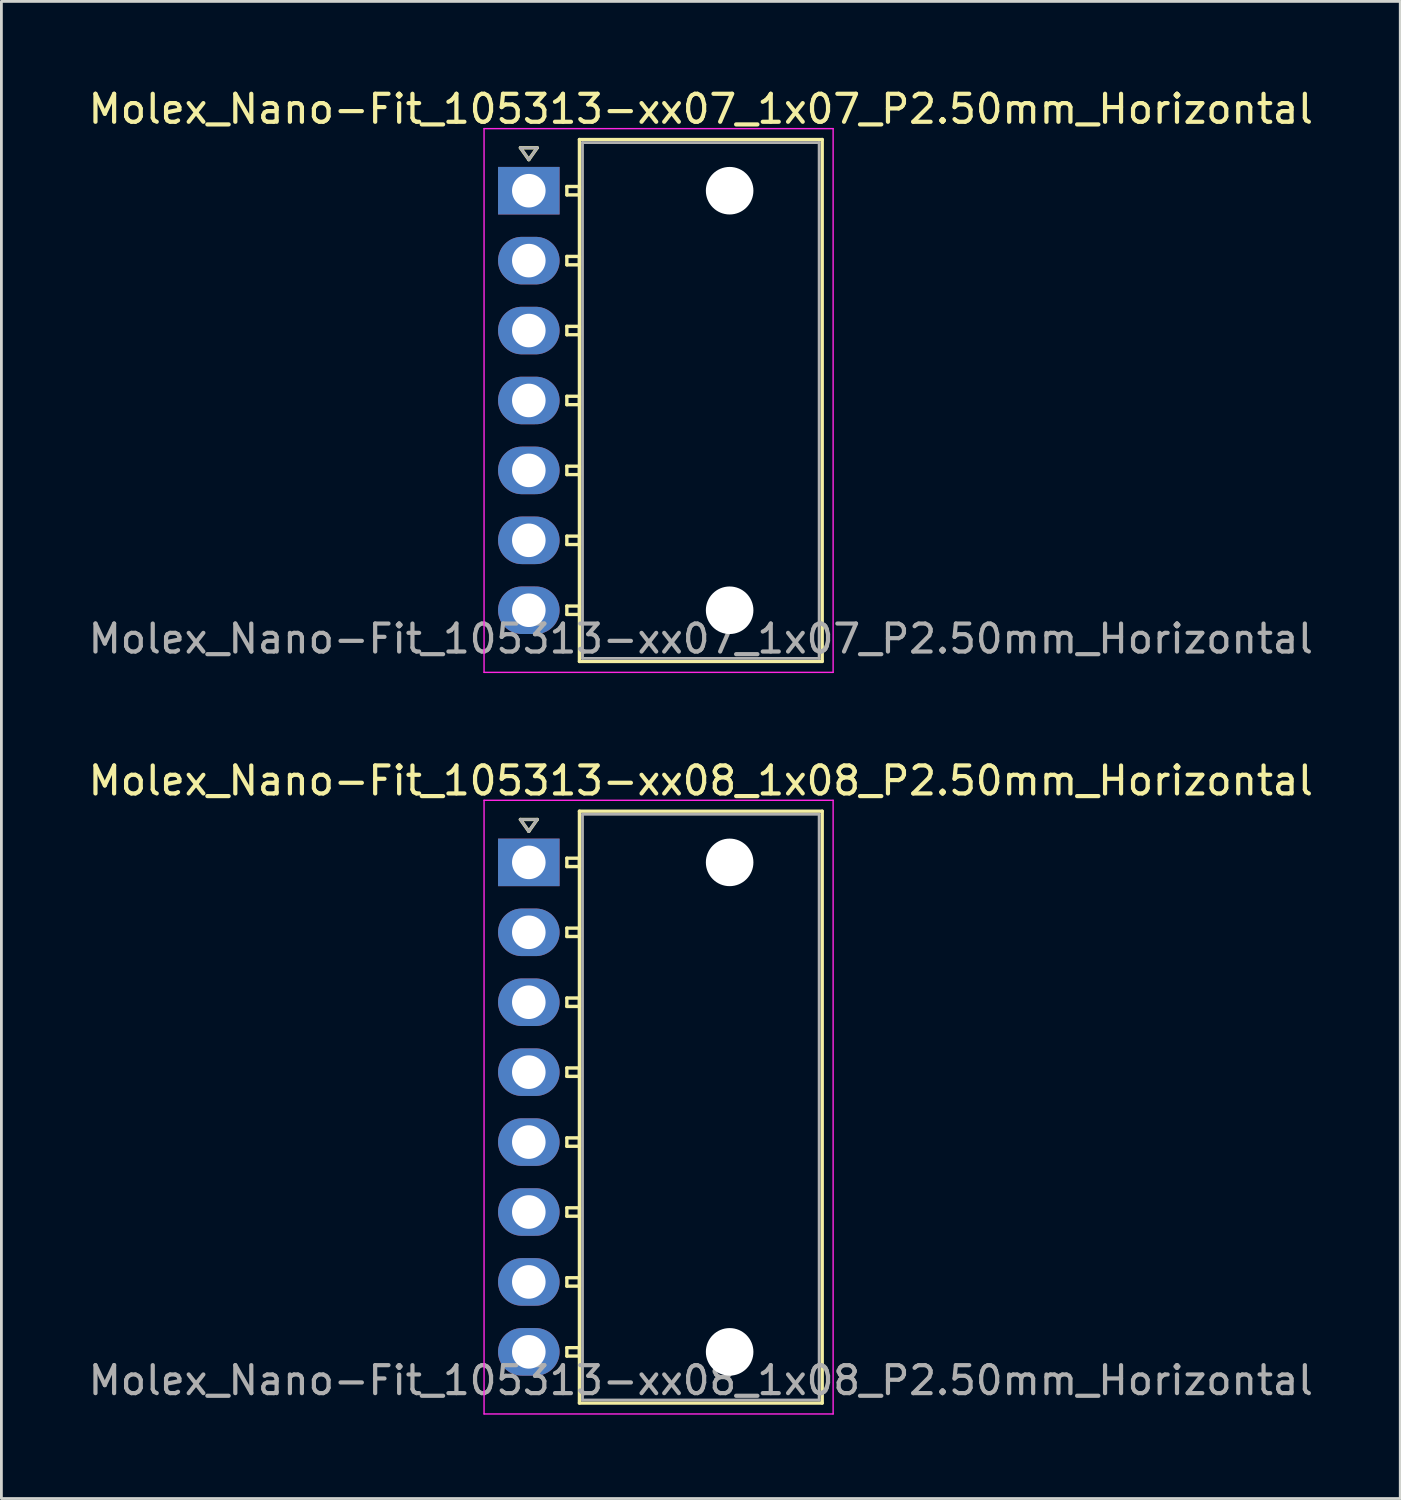
<source format=kicad_pcb>
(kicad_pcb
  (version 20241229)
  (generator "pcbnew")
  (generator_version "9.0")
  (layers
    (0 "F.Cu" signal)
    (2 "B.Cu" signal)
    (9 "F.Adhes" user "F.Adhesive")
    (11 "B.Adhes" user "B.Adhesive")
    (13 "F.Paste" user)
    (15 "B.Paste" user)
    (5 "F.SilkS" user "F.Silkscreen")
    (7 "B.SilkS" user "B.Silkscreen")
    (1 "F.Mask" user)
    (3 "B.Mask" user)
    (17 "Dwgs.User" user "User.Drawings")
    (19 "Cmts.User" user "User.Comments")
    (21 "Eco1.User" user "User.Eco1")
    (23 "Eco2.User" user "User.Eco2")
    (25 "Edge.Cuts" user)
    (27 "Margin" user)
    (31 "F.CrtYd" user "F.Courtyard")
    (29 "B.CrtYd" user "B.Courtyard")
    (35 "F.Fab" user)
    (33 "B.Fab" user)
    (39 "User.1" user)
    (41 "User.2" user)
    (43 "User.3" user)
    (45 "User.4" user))
  (footprint "Molex_Nano-Fit_105313-xx08_1x08_P2.50mm_Horizontal"
    (layer "F.Cu")
    (at 15.856 27.782)
    (property "Reference" "Molex_Nano-Fit_105313-xx08_1x08_P2.50mm_Horizontal" (at 6.15 -2.92 0) (layer "F.SilkS") (effects (font (size 1 1) (thickness 0.15))))
    (attr through_hole)
    (fp_line (start -0.3 -1.534) (end 0 -1.11) (stroke (width 0.12) (type solid)) (layer "F.SilkS"))
    (fp_line (start 0 -1.11) (end 0.3 -1.534) (stroke (width 0.12) (type solid)) (layer "F.SilkS"))
    (fp_line (start 0.3 -1.534) (end -0.3 -1.534) (stroke (width 0.12) (type solid)) (layer "F.SilkS"))
    (fp_line (start 1.36 -0.15) (end 1.36 0.15) (stroke (width 0.12) (type solid)) (layer "F.SilkS"))
    (fp_line (start 1.36 0.15) (end 1.81 0.15) (stroke (width 0.12) (type solid)) (layer "F.SilkS"))
    (fp_line (start 1.36 2.35) (end 1.36 2.65) (stroke (width 0.12) (type solid)) (layer "F.SilkS"))
    (fp_line (start 1.36 2.65) (end 1.81 2.65) (stroke (width 0.12) (type solid)) (layer "F.SilkS"))
    (fp_line (start 1.36 4.85) (end 1.36 5.15) (stroke (width 0.12) (type solid)) (layer "F.SilkS"))
    (fp_line (start 1.36 5.15) (end 1.81 5.15) (stroke (width 0.12) (type solid)) (layer "F.SilkS"))
    (fp_line (start 1.36 7.35) (end 1.36 7.65) (stroke (width 0.12) (type solid)) (layer "F.SilkS"))
    (fp_line (start 1.36 7.65) (end 1.81 7.65) (stroke (width 0.12) (type solid)) (layer "F.SilkS"))
    (fp_line (start 1.36 9.85) (end 1.36 10.15) (stroke (width 0.12) (type solid)) (layer "F.SilkS"))
    (fp_line (start 1.36 10.15) (end 1.81 10.15) (stroke (width 0.12) (type solid)) (layer "F.SilkS"))
    (fp_line (start 1.36 12.35) (end 1.36 12.65) (stroke (width 0.12) (type solid)) (layer "F.SilkS"))
    (fp_line (start 1.36 12.65) (end 1.81 12.65) (stroke (width 0.12) (type solid)) (layer "F.SilkS"))
    (fp_line (start 1.36 14.85) (end 1.36 15.15) (stroke (width 0.12) (type solid)) (layer "F.SilkS"))
    (fp_line (start 1.36 15.15) (end 1.81 15.15) (stroke (width 0.12) (type solid)) (layer "F.SilkS"))
    (fp_line (start 1.36 17.35) (end 1.36 17.65) (stroke (width 0.12) (type solid)) (layer "F.SilkS"))
    (fp_line (start 1.36 17.65) (end 1.81 17.65) (stroke (width 0.12) (type solid)) (layer "F.SilkS"))
    (fp_line (start 1.81 -1.83) (end 1.81 19.33) (stroke (width 0.12) (type solid)) (layer "F.SilkS"))
    (fp_line (start 1.81 -0.15) (end 1.36 -0.15) (stroke (width 0.12) (type solid)) (layer "F.SilkS"))
    (fp_line (start 1.81 0.15) (end 1.81 -0.15) (stroke (width 0.12) (type solid)) (layer "F.SilkS"))
    (fp_line (start 1.81 2.35) (end 1.36 2.35) (stroke (width 0.12) (type solid)) (layer "F.SilkS"))
    (fp_line (start 1.81 2.65) (end 1.81 2.35) (stroke (width 0.12) (type solid)) (layer "F.SilkS"))
    (fp_line (start 1.81 4.85) (end 1.36 4.85) (stroke (width 0.12) (type solid)) (layer "F.SilkS"))
    (fp_line (start 1.81 5.15) (end 1.81 4.85) (stroke (width 0.12) (type solid)) (layer "F.SilkS"))
    (fp_line (start 1.81 7.35) (end 1.36 7.35) (stroke (width 0.12) (type solid)) (layer "F.SilkS"))
    (fp_line (start 1.81 7.65) (end 1.81 7.35) (stroke (width 0.12) (type solid)) (layer "F.SilkS"))
    (fp_line (start 1.81 9.85) (end 1.36 9.85) (stroke (width 0.12) (type solid)) (layer "F.SilkS"))
    (fp_line (start 1.81 10.15) (end 1.81 9.85) (stroke (width 0.12) (type solid)) (layer "F.SilkS"))
    (fp_line (start 1.81 12.35) (end 1.36 12.35) (stroke (width 0.12) (type solid)) (layer "F.SilkS"))
    (fp_line (start 1.81 12.65) (end 1.81 12.35) (stroke (width 0.12) (type solid)) (layer "F.SilkS"))
    (fp_line (start 1.81 14.85) (end 1.36 14.85) (stroke (width 0.12) (type solid)) (layer "F.SilkS"))
    (fp_line (start 1.81 15.15) (end 1.81 14.85) (stroke (width 0.12) (type solid)) (layer "F.SilkS"))
    (fp_line (start 1.81 17.35) (end 1.36 17.35) (stroke (width 0.12) (type solid)) (layer "F.SilkS"))
    (fp_line (start 1.81 17.65) (end 1.81 17.35) (stroke (width 0.12) (type solid)) (layer "F.SilkS"))
    (fp_line (start 1.81 19.33) (end 10.49 19.33) (stroke (width 0.12) (type solid)) (layer "F.SilkS"))
    (fp_line (start 10.49 -1.83) (end 1.81 -1.83) (stroke (width 0.12) (type solid)) (layer "F.SilkS"))
    (fp_line (start 10.49 19.33) (end 10.49 -1.83) (stroke (width 0.12) (type solid)) (layer "F.SilkS"))
    (fp_line (start -1.6 -2.22) (end -1.6 19.72) (stroke (width 0.05) (type solid)) (layer "F.CrtYd"))
    (fp_line (start -1.6 19.72) (end 10.88 19.72) (stroke (width 0.05) (type solid)) (layer "F.CrtYd"))
    (fp_line (start 10.88 -2.22) (end -1.6 -2.22) (stroke (width 0.05) (type solid)) (layer "F.CrtYd"))
    (fp_line (start 10.88 19.72) (end 10.88 -2.22) (stroke (width 0.05) (type solid)) (layer "F.CrtYd"))
    (fp_line (start -0.3 -1.534) (end 0 -1.11) (stroke (width 0.1) (type solid)) (layer "F.Fab"))
    (fp_line (start 0 -1.11) (end 0.3 -1.534) (stroke (width 0.1) (type solid)) (layer "F.Fab"))
    (fp_line (start 0.3 -1.534) (end -0.3 -1.534) (stroke (width 0.1) (type solid)) (layer "F.Fab"))
    (fp_line (start 1.92 -1.72) (end 1.92 19.22) (stroke (width 0.1) (type solid)) (layer "F.Fab"))
    (fp_line (start 1.92 19.22) (end 10.38 19.22) (stroke (width 0.1) (type solid)) (layer "F.Fab"))
    (fp_line (start 10.38 -1.72) (end 1.92 -1.72) (stroke (width 0.1) (type solid)) (layer "F.Fab"))
    (fp_line (start 10.38 19.22) (end 10.38 -1.72) (stroke (width 0.1) (type solid)) (layer "F.Fab"))
    (fp_text user "${REFERENCE}" (at 6.15 18.52 0) (layer "F.Fab") (effects (font (size 1 1) (thickness 0.15))))
    (pad "" np_thru_hole circle (at 7.18 0) (size 1.7 1.7) (drill 1.7) (layers "*.Cu" "*.Mask"))
    (pad "" np_thru_hole circle (at 7.18 17.5) (size 1.7 1.7) (drill 1.7) (layers "*.Cu" "*.Mask"))
    (pad "1" thru_hole rect (at 0 0) (size 2.2 1.7) (drill 1.2) (layers "*.Cu" "*.Mask"))
    (pad "2" thru_hole oval (at 0 2.5) (size 2.2 1.7) (drill 1.2) (layers "*.Cu" "*.Mask"))
    (pad "3" thru_hole oval (at 0 5) (size 2.2 1.7) (drill 1.2) (layers "*.Cu" "*.Mask"))
    (pad "4" thru_hole oval (at 0 7.5) (size 2.2 1.7) (drill 1.2) (layers "*.Cu" "*.Mask"))
    (pad "5" thru_hole oval (at 0 10) (size 2.2 1.7) (drill 1.2) (layers "*.Cu" "*.Mask"))
    (pad "6" thru_hole oval (at 0 12.5) (size 2.2 1.7) (drill 1.2) (layers "*.Cu" "*.Mask"))
    (pad "7" thru_hole oval (at 0 15) (size 2.2 1.7) (drill 1.2) (layers "*.Cu" "*.Mask"))
    (pad "8" thru_hole oval (at 0 17.5) (size 2.2 1.7) (drill 1.2) (layers "*.Cu" "*.Mask")))
  (footprint "Molex_Nano-Fit_105313-xx07_1x07_P2.50mm_Horizontal"
    (layer "F.Cu")
    (at 15.856 3.768)
    (property "Reference" "Molex_Nano-Fit_105313-xx07_1x07_P2.50mm_Horizontal" (at 6.15 -2.92 0) (layer "F.SilkS") (effects (font (size 1 1) (thickness 0.15))))
    (attr through_hole)
    (fp_line (start -0.3 -1.534) (end 0 -1.11) (stroke (width 0.12) (type solid)) (layer "F.SilkS"))
    (fp_line (start 0 -1.11) (end 0.3 -1.534) (stroke (width 0.12) (type solid)) (layer "F.SilkS"))
    (fp_line (start 0.3 -1.534) (end -0.3 -1.534) (stroke (width 0.12) (type solid)) (layer "F.SilkS"))
    (fp_line (start 1.36 -0.15) (end 1.36 0.15) (stroke (width 0.12) (type solid)) (layer "F.SilkS"))
    (fp_line (start 1.36 0.15) (end 1.81 0.15) (stroke (width 0.12) (type solid)) (layer "F.SilkS"))
    (fp_line (start 1.36 2.35) (end 1.36 2.65) (stroke (width 0.12) (type solid)) (layer "F.SilkS"))
    (fp_line (start 1.36 2.65) (end 1.81 2.65) (stroke (width 0.12) (type solid)) (layer "F.SilkS"))
    (fp_line (start 1.36 4.85) (end 1.36 5.15) (stroke (width 0.12) (type solid)) (layer "F.SilkS"))
    (fp_line (start 1.36 5.15) (end 1.81 5.15) (stroke (width 0.12) (type solid)) (layer "F.SilkS"))
    (fp_line (start 1.36 7.35) (end 1.36 7.65) (stroke (width 0.12) (type solid)) (layer "F.SilkS"))
    (fp_line (start 1.36 7.65) (end 1.81 7.65) (stroke (width 0.12) (type solid)) (layer "F.SilkS"))
    (fp_line (start 1.36 9.85) (end 1.36 10.15) (stroke (width 0.12) (type solid)) (layer "F.SilkS"))
    (fp_line (start 1.36 10.15) (end 1.81 10.15) (stroke (width 0.12) (type solid)) (layer "F.SilkS"))
    (fp_line (start 1.36 12.35) (end 1.36 12.65) (stroke (width 0.12) (type solid)) (layer "F.SilkS"))
    (fp_line (start 1.36 12.65) (end 1.81 12.65) (stroke (width 0.12) (type solid)) (layer "F.SilkS"))
    (fp_line (start 1.36 14.85) (end 1.36 15.15) (stroke (width 0.12) (type solid)) (layer "F.SilkS"))
    (fp_line (start 1.36 15.15) (end 1.81 15.15) (stroke (width 0.12) (type solid)) (layer "F.SilkS"))
    (fp_line (start 1.81 -1.83) (end 1.81 16.83) (stroke (width 0.12) (type solid)) (layer "F.SilkS"))
    (fp_line (start 1.81 -0.15) (end 1.36 -0.15) (stroke (width 0.12) (type solid)) (layer "F.SilkS"))
    (fp_line (start 1.81 0.15) (end 1.81 -0.15) (stroke (width 0.12) (type solid)) (layer "F.SilkS"))
    (fp_line (start 1.81 2.35) (end 1.36 2.35) (stroke (width 0.12) (type solid)) (layer "F.SilkS"))
    (fp_line (start 1.81 2.65) (end 1.81 2.35) (stroke (width 0.12) (type solid)) (layer "F.SilkS"))
    (fp_line (start 1.81 4.85) (end 1.36 4.85) (stroke (width 0.12) (type solid)) (layer "F.SilkS"))
    (fp_line (start 1.81 5.15) (end 1.81 4.85) (stroke (width 0.12) (type solid)) (layer "F.SilkS"))
    (fp_line (start 1.81 7.35) (end 1.36 7.35) (stroke (width 0.12) (type solid)) (layer "F.SilkS"))
    (fp_line (start 1.81 7.65) (end 1.81 7.35) (stroke (width 0.12) (type solid)) (layer "F.SilkS"))
    (fp_line (start 1.81 9.85) (end 1.36 9.85) (stroke (width 0.12) (type solid)) (layer "F.SilkS"))
    (fp_line (start 1.81 10.15) (end 1.81 9.85) (stroke (width 0.12) (type solid)) (layer "F.SilkS"))
    (fp_line (start 1.81 12.35) (end 1.36 12.35) (stroke (width 0.12) (type solid)) (layer "F.SilkS"))
    (fp_line (start 1.81 12.65) (end 1.81 12.35) (stroke (width 0.12) (type solid)) (layer "F.SilkS"))
    (fp_line (start 1.81 14.85) (end 1.36 14.85) (stroke (width 0.12) (type solid)) (layer "F.SilkS"))
    (fp_line (start 1.81 15.15) (end 1.81 14.85) (stroke (width 0.12) (type solid)) (layer "F.SilkS"))
    (fp_line (start 1.81 16.83) (end 10.49 16.83) (stroke (width 0.12) (type solid)) (layer "F.SilkS"))
    (fp_line (start 10.49 -1.83) (end 1.81 -1.83) (stroke (width 0.12) (type solid)) (layer "F.SilkS"))
    (fp_line (start 10.49 16.83) (end 10.49 -1.83) (stroke (width 0.12) (type solid)) (layer "F.SilkS"))
    (fp_line (start -1.6 -2.22) (end -1.6 17.22) (stroke (width 0.05) (type solid)) (layer "F.CrtYd"))
    (fp_line (start -1.6 17.22) (end 10.88 17.22) (stroke (width 0.05) (type solid)) (layer "F.CrtYd"))
    (fp_line (start 10.88 -2.22) (end -1.6 -2.22) (stroke (width 0.05) (type solid)) (layer "F.CrtYd"))
    (fp_line (start 10.88 17.22) (end 10.88 -2.22) (stroke (width 0.05) (type solid)) (layer "F.CrtYd"))
    (fp_line (start -0.3 -1.534) (end 0 -1.11) (stroke (width 0.1) (type solid)) (layer "F.Fab"))
    (fp_line (start 0 -1.11) (end 0.3 -1.534) (stroke (width 0.1) (type solid)) (layer "F.Fab"))
    (fp_line (start 0.3 -1.534) (end -0.3 -1.534) (stroke (width 0.1) (type solid)) (layer "F.Fab"))
    (fp_line (start 1.92 -1.72) (end 1.92 16.72) (stroke (width 0.1) (type solid)) (layer "F.Fab"))
    (fp_line (start 1.92 16.72) (end 10.38 16.72) (stroke (width 0.1) (type solid)) (layer "F.Fab"))
    (fp_line (start 10.38 -1.72) (end 1.92 -1.72) (stroke (width 0.1) (type solid)) (layer "F.Fab"))
    (fp_line (start 10.38 16.72) (end 10.38 -1.72) (stroke (width 0.1) (type solid)) (layer "F.Fab"))
    (fp_text user "${REFERENCE}" (at 6.15 16.02 0) (layer "F.Fab") (effects (font (size 1 1) (thickness 0.15))))
    (pad "" np_thru_hole circle (at 7.18 0) (size 1.7 1.7) (drill 1.7) (layers "*.Cu" "*.Mask"))
    (pad "" np_thru_hole circle (at 7.18 15) (size 1.7 1.7) (drill 1.7) (layers "*.Cu" "*.Mask"))
    (pad "1" thru_hole rect (at 0 0) (size 2.2 1.7) (drill 1.2) (layers "*.Cu" "*.Mask"))
    (pad "2" thru_hole oval (at 0 2.5) (size 2.2 1.7) (drill 1.2) (layers "*.Cu" "*.Mask"))
    (pad "3" thru_hole oval (at 0 5) (size 2.2 1.7) (drill 1.2) (layers "*.Cu" "*.Mask"))
    (pad "4" thru_hole oval (at 0 7.5) (size 2.2 1.7) (drill 1.2) (layers "*.Cu" "*.Mask"))
    (pad "5" thru_hole oval (at 0 10) (size 2.2 1.7) (drill 1.2) (layers "*.Cu" "*.Mask"))
    (pad "6" thru_hole oval (at 0 12.5) (size 2.2 1.7) (drill 1.2) (layers "*.Cu" "*.Mask"))
    (pad "7" thru_hole oval (at 0 15) (size 2.2 1.7) (drill 1.2) (layers "*.Cu" "*.Mask")))
  (gr_rect
    (start -3 -3)
    (end 47.012 50.526)
    (stroke (width 0.1) (type default))
    (fill no)
    (layer "Edge.Cuts")))
</source>
